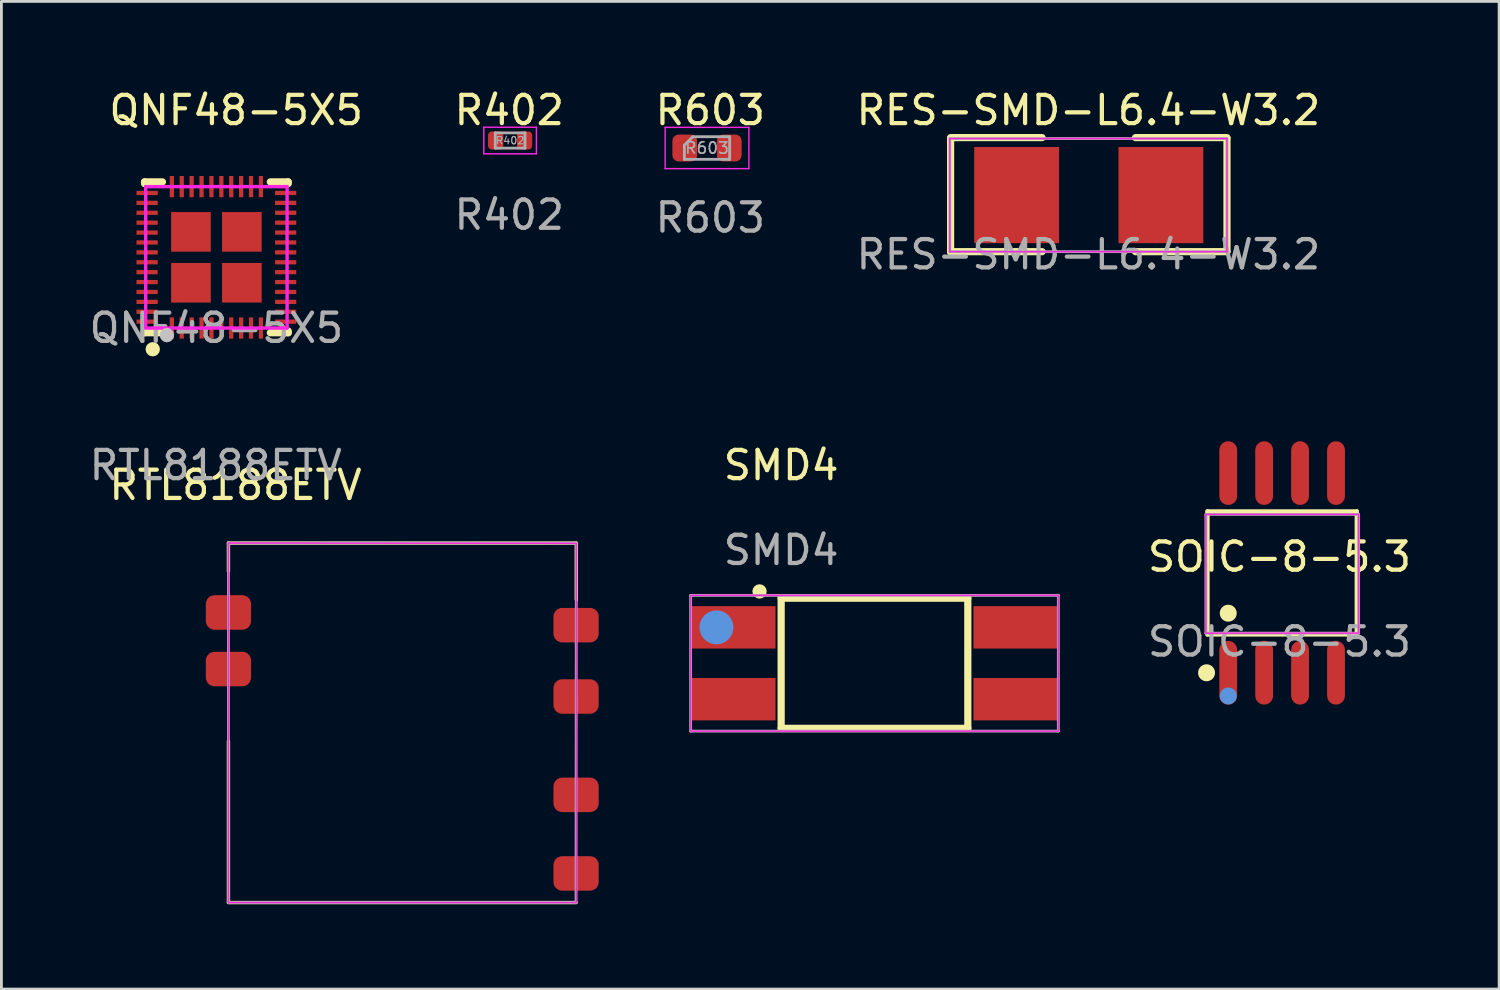
<source format=kicad_pcb>
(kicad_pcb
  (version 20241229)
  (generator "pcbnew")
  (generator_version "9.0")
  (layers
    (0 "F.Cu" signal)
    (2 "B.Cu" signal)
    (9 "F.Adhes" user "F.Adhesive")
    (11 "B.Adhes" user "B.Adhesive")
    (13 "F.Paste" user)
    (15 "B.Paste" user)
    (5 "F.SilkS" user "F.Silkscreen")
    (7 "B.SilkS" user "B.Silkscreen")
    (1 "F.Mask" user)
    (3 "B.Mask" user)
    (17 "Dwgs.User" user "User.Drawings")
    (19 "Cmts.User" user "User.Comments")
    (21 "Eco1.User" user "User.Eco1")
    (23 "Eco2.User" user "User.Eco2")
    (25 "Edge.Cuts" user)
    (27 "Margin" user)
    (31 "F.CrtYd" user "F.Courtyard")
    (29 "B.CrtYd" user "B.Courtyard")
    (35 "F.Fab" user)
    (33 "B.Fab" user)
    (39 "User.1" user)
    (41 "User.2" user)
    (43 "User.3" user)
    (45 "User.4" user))
  (footprint "R402"
    (layer "F.Cu")
    (at 14.956 2.048)
    (property "Reference" "R402" (at 0 -1.2 0) (unlocked yes) (layer "F.SilkS") (effects (font (size 1 1) (thickness 0.15))))
    (fp_line (start -0.9 -0.6) (end 0.96 -0.6) (stroke (width 0.05) (type solid)) (layer "F.CrtYd"))
    (fp_line (start -0.9 0.34) (end -0.9 -0.6) (stroke (width 0.05) (type solid)) (layer "F.CrtYd"))
    (fp_line (start 0.96 -0.6) (end 0.96 0.34) (stroke (width 0.05) (type solid)) (layer "F.CrtYd"))
    (fp_line (start 0.96 0.34) (end -0.9 0.34) (stroke (width 0.05) (type solid)) (layer "F.CrtYd"))
    (fp_line (start -0.495 -0.4) (end 0.555 -0.4) (stroke (width 0.1) (type solid)) (layer "F.Fab"))
    (fp_line (start -0.495 0.14) (end -0.495 -0.4) (stroke (width 0.1) (type solid)) (layer "F.Fab"))
    (fp_line (start 0.555 -0.4) (end 0.555 0.14) (stroke (width 0.1) (type solid)) (layer "F.Fab"))
    (fp_line (start 0.555 0.14) (end -0.495 0.14) (stroke (width 0.1) (type solid)) (layer "F.Fab"))
    (fp_text user "${REFERENCE}" (at 0.03 -0.13 0) (layer "F.Fab") (effects (font (size 0.26 0.26) (thickness 0.04))))
    (fp_text user "${REFERENCE}" (at 0 2.5 0) (unlocked yes) (layer "F.Fab") (effects (font (size 1 1) (thickness 0.15))))
    (pad "1" smd roundrect (at -0.48 -0.13) (size 0.54 0.64) (layers "F.Cu" "F.Mask" "F.Paste") (roundrect_rratio 0.25))
    (pad "2" smd roundrect (at 0.54 -0.13) (size 0.54 0.64) (layers "F.Cu" "F.Mask" "F.Paste") (roundrect_rratio 0.25)))
  (footprint "QNF48-5X5"
    (layer "F.Cu")
    (at 4.601 6.048)
    (property "Reference" "QNF48-5X5" (at 0.7 -5.2 0) (unlocked yes) (layer "F.SilkS") (effects (font (size 1 1) (thickness 0.15))))
    (attr smd)
    (fp_line (start -2.54 -2.667) (end -2.54 -2.606) (stroke (width 0.254) (type solid)) (layer "F.SilkS"))
    (fp_line (start -2.54 2.606) (end -2.54 2.667) (stroke (width 0.254) (type solid)) (layer "F.SilkS"))
    (fp_line (start -2.54 2.667) (end -1.906 2.667) (stroke (width 0.254) (type solid)) (layer "F.SilkS"))
    (fp_line (start -1.906 -2.667) (end -2.54 -2.667) (stroke (width 0.254) (type solid)) (layer "F.SilkS"))
    (fp_line (start 1.906 2.667) (end 2.54 2.667) (stroke (width 0.254) (type solid)) (layer "F.SilkS"))
    (fp_line (start 2.54 -2.667) (end 1.906 -2.667) (stroke (width 0.254) (type solid)) (layer "F.SilkS"))
    (fp_line (start 2.54 -2.606) (end 2.54 -2.667) (stroke (width 0.254) (type solid)) (layer "F.SilkS"))
    (fp_line (start 2.54 2.667) (end 2.54 2.606) (stroke (width 0.254) (type solid)) (layer "F.SilkS"))
    (fp_circle (center -2.25 3.25) (end -2.123 3.25) (stroke (width 0.254) (type solid)) (fill no) (layer "F.SilkS"))
    (fp_circle (center -1.75 2.75) (end -1.623 2.75) (stroke (width 0.254) (type solid)) (fill no) (layer "Dwgs.User"))
    (fp_circle (center -2.5 2.5) (end -2.47 2.5) (stroke (width 0.06) (type solid)) (fill no) (layer "Eco2.User"))
    (fp_line (start -2.5 -2.5) (end 2.5 -2.5) (stroke (width 0.12) (type solid)) (layer "F.CrtYd"))
    (fp_line (start -2.5 2.5) (end -2.5 -2.5) (stroke (width 0.12) (type solid)) (layer "F.CrtYd"))
    (fp_line (start 2.5 -2.5) (end 2.5 2.5) (stroke (width 0.12) (type solid)) (layer "F.CrtYd"))
    (fp_line (start 2.5 2.5) (end -2.5 2.5) (stroke (width 0.12) (type solid)) (layer "F.CrtYd"))
    (fp_text user "${REFERENCE}" (at 0 2.5 0) (unlocked yes) (layer "F.Fab") (effects (font (size 1 1) (thickness 0.15))))
    (pad "1" smd rect (at -1.575 2.5) (size 0.15 0.75) (layers "F.Cu" "F.Mask" "F.Paste"))
    (pad "2" smd rect (at -1.225 2.5) (size 0.15 0.75) (layers "F.Cu" "F.Mask" "F.Paste"))
    (pad "3" smd rect (at -0.875 2.5) (size 0.15 0.75) (layers "F.Cu" "F.Mask" "F.Paste"))
    (pad "4" smd rect (at -0.525 2.5) (size 0.15 0.75) (layers "F.Cu" "F.Mask" "F.Paste"))
    (pad "5" smd rect (at -0.175 2.5) (size 0.15 0.75) (layers "F.Cu" "F.Mask" "F.Paste"))
    (pad "6" smd rect (at 0.175 2.5) (size 0.15 0.75) (layers "F.Cu" "F.Mask" "F.Paste"))
    (pad "7" smd rect (at 0.525 2.5) (size 0.15 0.75) (layers "F.Cu" "F.Mask" "F.Paste"))
    (pad "8" smd rect (at 0.875 2.5) (size 0.15 0.75) (layers "F.Cu" "F.Mask" "F.Paste"))
    (pad "9" smd rect (at 1.225 2.5) (size 0.15 0.75) (layers "F.Cu" "F.Mask" "F.Paste"))
    (pad "10" smd rect (at 1.575 2.5) (size 0.15 0.75) (layers "F.Cu" "F.Mask" "F.Paste"))
    (pad "11" smd rect (at 2.45 2.275) (size 0.75 0.15) (layers "F.Cu" "F.Mask" "F.Paste"))
    (pad "12" smd rect (at 2.45 1.925) (size 0.75 0.15) (layers "F.Cu" "F.Mask" "F.Paste"))
    (pad "13" smd rect (at 2.45 1.575) (size 0.75 0.15) (layers "F.Cu" "F.Mask" "F.Paste"))
    (pad "14" smd rect (at 2.45 1.225) (size 0.75 0.15) (layers "F.Cu" "F.Mask" "F.Paste"))
    (pad "15" smd rect (at 2.45 0.875) (size 0.75 0.15) (layers "F.Cu" "F.Mask" "F.Paste"))
    (pad "16" smd rect (at 2.45 0.525) (size 0.75 0.15) (layers "F.Cu" "F.Mask" "F.Paste"))
    (pad "17" smd rect (at 2.45 0.175) (size 0.75 0.15) (layers "F.Cu" "F.Mask" "F.Paste"))
    (pad "18" smd rect (at 2.45 -0.175) (size 0.75 0.15) (layers "F.Cu" "F.Mask" "F.Paste"))
    (pad "19" smd rect (at 2.45 -0.525) (size 0.75 0.15) (layers "F.Cu" "F.Mask" "F.Paste"))
    (pad "20" smd rect (at 2.45 -0.875) (size 0.75 0.15) (layers "F.Cu" "F.Mask" "F.Paste"))
    (pad "21" smd rect (at 2.45 -1.225) (size 0.75 0.15) (layers "F.Cu" "F.Mask" "F.Paste"))
    (pad "22" smd rect (at 2.45 -1.575) (size 0.75 0.15) (layers "F.Cu" "F.Mask" "F.Paste"))
    (pad "23" smd rect (at 2.45 -1.925) (size 0.75 0.15) (layers "F.Cu" "F.Mask" "F.Paste"))
    (pad "24" smd rect (at 2.45 -2.275) (size 0.75 0.15) (layers "F.Cu" "F.Mask" "F.Paste"))
    (pad "25" smd rect (at 1.575 -2.5) (size 0.15 0.75) (layers "F.Cu" "F.Mask" "F.Paste"))
    (pad "26" smd rect (at 1.225 -2.5) (size 0.15 0.75) (layers "F.Cu" "F.Mask" "F.Paste"))
    (pad "27" smd rect (at 0.875 -2.5) (size 0.15 0.75) (layers "F.Cu" "F.Mask" "F.Paste"))
    (pad "28" smd rect (at 0.525 -2.5) (size 0.15 0.75) (layers "F.Cu" "F.Mask" "F.Paste"))
    (pad "29" smd rect (at 0.175 -2.5) (size 0.15 0.75) (layers "F.Cu" "F.Mask" "F.Paste"))
    (pad "30" smd rect (at -0.175 -2.5) (size 0.15 0.75) (layers "F.Cu" "F.Mask" "F.Paste"))
    (pad "31" smd rect (at -0.525 -2.5) (size 0.15 0.75) (layers "F.Cu" "F.Mask" "F.Paste"))
    (pad "32" smd rect (at -0.875 -2.5) (size 0.15 0.75) (layers "F.Cu" "F.Mask" "F.Paste"))
    (pad "33" smd rect (at -1.225 -2.5) (size 0.15 0.75) (layers "F.Cu" "F.Mask" "F.Paste"))
    (pad "34" smd rect (at -1.575 -2.5) (size 0.15 0.75) (layers "F.Cu" "F.Mask" "F.Paste"))
    (pad "35" smd rect (at -2.45 -2.275) (size 0.75 0.15) (layers "F.Cu" "F.Mask" "F.Paste"))
    (pad "36" smd rect (at -2.45 -1.925) (size 0.75 0.15) (layers "F.Cu" "F.Mask" "F.Paste"))
    (pad "37" smd rect (at -2.45 -1.575) (size 0.75 0.15) (layers "F.Cu" "F.Mask" "F.Paste"))
    (pad "38" smd rect (at -2.45 -1.225) (size 0.75 0.15) (layers "F.Cu" "F.Mask" "F.Paste"))
    (pad "39" smd rect (at -2.45 -0.875) (size 0.75 0.15) (layers "F.Cu" "F.Mask" "F.Paste"))
    (pad "40" smd rect (at -2.45 -0.525) (size 0.75 0.15) (layers "F.Cu" "F.Mask" "F.Paste"))
    (pad "41" smd rect (at -2.45 -0.175) (size 0.75 0.15) (layers "F.Cu" "F.Mask" "F.Paste"))
    (pad "42" smd rect (at -2.45 0.175) (size 0.75 0.15) (layers "F.Cu" "F.Mask" "F.Paste"))
    (pad "43" smd rect (at -2.45 0.525) (size 0.75 0.15) (layers "F.Cu" "F.Mask" "F.Paste"))
    (pad "44" smd rect (at -2.45 0.875) (size 0.75 0.15) (layers "F.Cu" "F.Mask" "F.Paste"))
    (pad "45" smd rect (at -2.45 1.225) (size 0.75 0.15) (layers "F.Cu" "F.Mask" "F.Paste"))
    (pad "46" smd rect (at -2.45 1.575) (size 0.75 0.15) (layers "F.Cu" "F.Mask" "F.Paste"))
    (pad "47" smd rect (at -2.45 1.925) (size 0.75 0.15) (layers "F.Cu" "F.Mask" "F.Paste"))
    (pad "48" smd rect (at -2.45 2.275) (size 0.75 0.15) (layers "F.Cu" "F.Mask" "F.Paste"))
    (pad "49" smd rect (at -0.9 -0.9 180) (size 1.4 1.4) (layers "F.Cu" "F.Mask" "F.Paste"))
    (pad "49" smd rect (at -0.9 0.9 180) (size 1.4 1.4) (layers "F.Cu" "F.Mask" "F.Paste"))
    (pad "49" smd rect (at 0.9 -0.9 180) (size 1.4 1.4) (layers "F.Cu" "F.Mask" "F.Paste"))
    (pad "49" smd rect (at 0.9 0.9 180) (size 1.4 1.4) (layers "F.Cu" "F.Mask" "F.Paste")))
  (footprint "SOIC-8-5.3"
    (layer "F.Cu")
    (at 42.187 17.137)
    (property "Reference" "SOIC-8-5.3" (at 0 -0.5 0) (unlocked yes) (layer "F.SilkS") (effects (font (size 1 1) (thickness 0.15))))
    (attr smd)
    (fp_line (start -2.544 -2.106) (end 2.734 -2.106) (stroke (width 0.152) (type solid)) (layer "F.SilkS"))
    (fp_line (start -2.544 2.246) (end -2.544 -2.106) (stroke (width 0.152) (type solid)) (layer "F.SilkS"))
    (fp_line (start 2.734 -2.106) (end 2.734 2.246) (stroke (width 0.152) (type solid)) (layer "F.SilkS"))
    (fp_line (start 2.734 2.246) (end -2.544 2.246) (stroke (width 0.152) (type solid)) (layer "F.SilkS"))
    (fp_circle (center -2.577 3.6) (end -2.577 3.75) (stroke (width 0.3) (type solid)) (fill no) (layer "F.SilkS"))
    (fp_circle (center -1.81 1.494) (end -1.81 1.644) (stroke (width 0.3) (type solid)) (fill no) (layer "F.SilkS"))
    (fp_circle (center -1.81 4.42) (end -1.81 4.57) (stroke (width 0.3) (type solid)) (fill no) (layer "Cmts.User"))
    (fp_line (start -2.6 -2) (end 2.6 -2) (stroke (width 0.05) (type solid)) (layer "F.CrtYd"))
    (fp_line (start -2.6 2.2) (end -2.6 -2) (stroke (width 0.05) (type solid)) (layer "F.CrtYd"))
    (fp_line (start 2.6 -2) (end 2.8 -2) (stroke (width 0.05) (type solid)) (layer "F.CrtYd"))
    (fp_line (start 2.6 2.2) (end -2.6 2.2) (stroke (width 0.05) (type solid)) (layer "F.CrtYd"))
    (fp_line (start 2.6 2.2) (end 2.8 2.2) (stroke (width 0.05) (type solid)) (layer "F.CrtYd"))
    (fp_line (start 2.8 -2) (end 2.8 2.2) (stroke (width 0.05) (type solid)) (layer "F.CrtYd"))
    (fp_line (start -2.6 -2) (end -2.6 2.2) (stroke (width 0.1) (type solid)) (layer "F.Fab"))
    (fp_line (start -2.6 2.2) (end 2.8 2.2) (stroke (width 0.1) (type solid)) (layer "F.Fab"))
    (fp_line (start 2.8 -2) (end -2.6 -2) (stroke (width 0.1) (type solid)) (layer "F.Fab"))
    (fp_line (start 2.8 2.2) (end 2.8 -2) (stroke (width 0.1) (type solid)) (layer "F.Fab"))
    (fp_text user "${REFERENCE}" (at 0 2.5 0) (unlocked yes) (layer "F.Fab") (effects (font (size 1 1) (thickness 0.15))))
    (pad "1" smd oval (at -1.81 3.6) (size 0.63 2.25) (layers "F.Cu" "F.Mask" "F.Paste"))
    (pad "2" smd oval (at -0.54 3.6) (size 0.63 2.25) (layers "F.Cu" "F.Mask" "F.Paste"))
    (pad "3" smd oval (at 0.73 3.6) (size 0.63 2.25) (layers "F.Cu" "F.Mask" "F.Paste"))
    (pad "4" smd oval (at 2 3.6) (size 0.63 2.25) (layers "F.Cu" "F.Mask" "F.Paste"))
    (pad "5" smd oval (at 2 -3.46) (size 0.63 2.25) (layers "F.Cu" "F.Mask" "F.Paste"))
    (pad "6" smd oval (at 0.73 -3.46) (size 0.63 2.25) (layers "F.Cu" "F.Mask" "F.Paste"))
    (pad "7" smd oval (at -0.54 -3.46) (size 0.63 2.25) (layers "F.Cu" "F.Mask" "F.Paste"))
    (pad "8" smd oval (at -1.81 -3.46) (size 0.63 2.25) (layers "F.Cu" "F.Mask" "F.Paste")))
  (footprint "RTL8188ETV"
    (layer "F.Cu")
    (at 5.027 16.151)
    (property "Reference" "RTL8188ETV" (at 0.25 -2.05 0) (unlocked yes) (layer "F.SilkS") (effects (font (size 1 1) (thickness 0.15))))
    (attr smd)
    (fp_line (start 0 0) (end 0 1) (stroke (width 0.12) (type solid)) (layer "F.SilkS"))
    (fp_line (start 0 0) (end 12.292 0) (stroke (width 0.12) (type solid)) (layer "F.SilkS"))
    (fp_line (start 0 12.703) (end 0 7) (stroke (width 0.12) (type solid)) (layer "F.SilkS"))
    (fp_line (start 0 12.71) (end 12.292 12.71) (stroke (width 0.12) (type solid)) (layer "F.SilkS"))
    (fp_line (start 12.3 0) (end 12.3 2) (stroke (width 0.12) (type solid)) (layer "F.SilkS"))
    (fp_line (start 0 0) (end 12.3 0.01) (stroke (width 0.05) (type solid)) (layer "F.CrtYd"))
    (fp_line (start 0 12.71) (end 0 0) (stroke (width 0.05) (type solid)) (layer "F.CrtYd"))
    (fp_line (start 12.3 0.01) (end 12.3 12.71) (stroke (width 0.05) (type solid)) (layer "F.CrtYd"))
    (fp_line (start 12.3 12.71) (end 0 12.71) (stroke (width 0.05) (type solid)) (layer "F.CrtYd"))
    (fp_line (start 0 0) (end 12.3 0) (stroke (width 0.1) (type solid)) (layer "F.Fab"))
    (fp_line (start 0 12.71) (end 0 0) (stroke (width 0.1) (type solid)) (layer "F.Fab"))
    (fp_line (start 12.29 12.71) (end 0 12.71) (stroke (width 0.1) (type solid)) (layer "F.Fab"))
    (fp_line (start 12.3 0) (end 12.29 12.71) (stroke (width 0.1) (type solid)) (layer "F.Fab"))
    (fp_text user "${REFERENCE}" (at -0.45 -2.75 0) (unlocked yes) (layer "F.Fab") (effects (font (size 1 1) (thickness 0.15))))
    (pad "1" smd roundrect (at 12.292 11.681) (size 1.6 1.22) (layers "F.Cu" "F.Mask" "F.Paste") (roundrect_rratio 0.25))
    (pad "2" smd roundrect (at 12.292 8.903) (size 1.6 1.22) (layers "F.Cu" "F.Mask" "F.Paste") (roundrect_rratio 0.25))
    (pad "3" smd roundrect (at 12.292 5.425) (size 1.6 1.22) (layers "F.Cu" "F.Mask" "F.Paste") (roundrect_rratio 0.25))
    (pad "4" smd roundrect (at 12.292 2.903) (size 1.6 1.22) (layers "F.Cu" "F.Mask" "F.Paste") (roundrect_rratio 0.25))
    (pad "5" smd roundrect (at 0 2.454) (size 1.6 1.22) (layers "F.Cu" "F.Mask" "F.Paste") (roundrect_rratio 0.25))
    (pad "6" smd roundrect (at 0 4.454) (size 1.6 1.22) (layers "F.Cu" "F.Mask" "F.Paste") (roundrect_rratio 0.25)))
  (footprint "RES-SMD-L6.4-W3.2"
    (layer "F.Cu")
    (at 35.432 3.448)
    (property "Reference" "RES-SMD-L6.4-W3.2" (at 0 -2.6 0) (unlocked yes) (layer "F.SilkS") (effects (font (size 1 1) (thickness 0.15))))
    (attr smd)
    (fp_line (start -4.872 -1.6) (end -4.872 2.4) (stroke (width 0.254) (type solid)) (layer "F.SilkS"))
    (fp_line (start -4.872 2.4) (end -1.637 2.4) (stroke (width 0.254) (type solid)) (layer "F.SilkS"))
    (fp_line (start -1.637 -1.632) (end -4.872 -1.632) (stroke (width 0.254) (type solid)) (layer "F.SilkS"))
    (fp_line (start 1.665 -1.632) (end 4.9 -1.632) (stroke (width 0.254) (type solid)) (layer "F.SilkS"))
    (fp_line (start 1.665 2.4) (end 4.9 2.4) (stroke (width 0.254) (type solid)) (layer "F.SilkS"))
    (fp_line (start 4.9 -1.6) (end 4.9 2.4) (stroke (width 0.254) (type solid)) (layer "F.SilkS"))
    (fp_line (start -4.9 -1.6) (end -4.8 -1.6) (stroke (width 0.05) (type solid)) (layer "F.CrtYd"))
    (fp_line (start -4.9 2.4) (end -4.9 -1.6) (stroke (width 0.05) (type solid)) (layer "F.CrtYd"))
    (fp_line (start -4.8 -1.6) (end 4.9 -1.6) (stroke (width 0.05) (type solid)) (layer "F.CrtYd"))
    (fp_line (start 4.9 -1.6) (end 4.9 2.4) (stroke (width 0.05) (type solid)) (layer "F.CrtYd"))
    (fp_line (start 4.9 2.4) (end -4.9 2.4) (stroke (width 0.05) (type solid)) (layer "F.CrtYd"))
    (fp_line (start -4.9 -1.6) (end 4.9 -1.6) (stroke (width 0.1) (type solid)) (layer "F.Fab"))
    (fp_line (start -4.9 2.4) (end -4.9 -1.6) (stroke (width 0.1) (type solid)) (layer "F.Fab"))
    (fp_line (start 4.9 -1.6) (end 4.9 2.4) (stroke (width 0.1) (type solid)) (layer "F.Fab"))
    (fp_line (start 4.9 2.4) (end -4.9 2.4) (stroke (width 0.1) (type solid)) (layer "F.Fab"))
    (fp_text user "${REFERENCE}" (at 0 2.5 0) (unlocked yes) (layer "F.Fab") (effects (font (size 1 1) (thickness 0.15))))
    (pad "1" smd rect (at -2.536 0.4) (size 3 3.4) (layers "F.Cu" "F.Mask" "F.Paste"))
    (pad "2" smd rect (at 2.564 0.4) (size 3 3.4) (layers "F.Cu" "F.Mask" "F.Paste")))
  (footprint "SMD4"
    (layer "F.Cu")
    (at 21.369 18.401)
    (property "Reference" "SMD4" (at 3.2 -5 0) (unlocked yes) (layer "F.SilkS") (effects (font (size 1 1) (thickness 0.15))))
    (attr smd)
    (fp_line (start 3.2 -0.3) (end 9.8 -0.3) (stroke (width 0.254) (type solid)) (layer "F.SilkS"))
    (fp_line (start 3.2 4.3) (end 3.2 -0.3) (stroke (width 0.254) (type solid)) (layer "F.SilkS"))
    (fp_line (start 9.8 -0.3) (end 9.8 4.3) (stroke (width 0.254) (type solid)) (layer "F.SilkS"))
    (fp_line (start 9.8 4.3) (end 3.2 4.3) (stroke (width 0.254) (type solid)) (layer "F.SilkS"))
    (fp_circle (center 2.436 -0.54) (end 2.436 -0.413) (stroke (width 0.254) (type solid)) (fill no) (layer "F.SilkS"))
    (fp_circle (center 0.912 0.73) (end 0.912 1.03) (stroke (width 0.6) (type solid)) (fill no) (layer "Cmts.User"))
    (fp_line (start 0 -0.4) (end 0 4.4) (stroke (width 0.05) (type solid)) (layer "F.CrtYd"))
    (fp_line (start 0 4.4) (end 13 4.4) (stroke (width 0.05) (type solid)) (layer "F.CrtYd"))
    (fp_line (start 3.2 -0.4) (end 0 -0.4) (stroke (width 0.05) (type solid)) (layer "F.CrtYd"))
    (fp_line (start 3.2 -0.4) (end 13 -0.4) (stroke (width 0.05) (type solid)) (layer "F.CrtYd"))
    (fp_line (start 13 4.4) (end 13 -0.4) (stroke (width 0.05) (type solid)) (layer "F.CrtYd"))
    (fp_line (start 0 -0.4) (end 0 4.4) (stroke (width 0.1) (type solid)) (layer "F.Fab"))
    (fp_line (start 0 4.4) (end 13 4.4) (stroke (width 0.1) (type solid)) (layer "F.Fab"))
    (fp_line (start 13 -0.4) (end 0 -0.4) (stroke (width 0.1) (type solid)) (layer "F.Fab"))
    (fp_line (start 13 4.4) (end 13 -0.4) (stroke (width 0.1) (type solid)) (layer "F.Fab"))
    (fp_text user "${REFERENCE}" (at 3.2 -2 0) (unlocked yes) (layer "F.Fab") (effects (font (size 1 1) (thickness 0.15))))
    (pad "1" smd rect (at 1.5 0.73 90) (size 1.5 3) (layers "F.Cu" "F.Mask" "F.Paste"))
    (pad "2" smd rect (at 1.5 3.27 90) (size 1.5 3) (layers "F.Cu" "F.Mask" "F.Paste"))
    (pad "3" smd rect (at 11.5 3.27 90) (size 1.5 3) (layers "F.Cu" "F.Mask" "F.Paste"))
    (pad "4" smd rect (at 11.5 0.73 90) (size 1.5 3) (layers "F.Cu" "F.Mask" "F.Paste")))
  (footprint "R603"
    (layer "F.Cu")
    (at 22.063 2.148)
    (property "Reference" "R603" (at 0 -1.3 0) (unlocked yes) (layer "F.SilkS") (effects (font (size 1 1) (thickness 0.15))))
    (fp_line (start -1.595 -0.695) (end 1.365 -0.695) (stroke (width 0.05) (type solid)) (layer "F.CrtYd"))
    (fp_line (start -1.595 0.765) (end -1.595 -0.695) (stroke (width 0.05) (type solid)) (layer "F.CrtYd"))
    (fp_line (start 1.365 -0.695) (end 1.365 0.765) (stroke (width 0.05) (type solid)) (layer "F.CrtYd"))
    (fp_line (start 1.365 0.765) (end -1.595 0.765) (stroke (width 0.05) (type solid)) (layer "F.CrtYd"))
    (fp_line (start -0.915 -0.065) (end -0.915 0.435) (stroke (width 0.1) (type solid)) (layer "F.Fab"))
    (fp_line (start -0.915 0.435) (end 0.685 0.435) (stroke (width 0.1) (type solid)) (layer "F.Fab"))
    (fp_line (start -0.615 -0.365) (end -0.915 -0.065) (stroke (width 0.1) (type solid)) (layer "F.Fab"))
    (fp_line (start 0.685 -0.365) (end -0.615 -0.365) (stroke (width 0.1) (type solid)) (layer "F.Fab"))
    (fp_line (start 0.685 0.435) (end 0.685 -0.365) (stroke (width 0.1) (type solid)) (layer "F.Fab"))
    (fp_text user "${REFERENCE}" (at -0.115 0.035 0) (layer "F.Fab") (effects (font (size 0.4 0.4) (thickness 0.06))))
    (fp_text user "${REFERENCE}" (at 0 2.5 0) (unlocked yes) (layer "F.Fab") (effects (font (size 1 1) (thickness 0.15))))
    (pad "1" smd roundrect (at -0.902 0.035) (size 0.875 0.95) (layers "F.Cu" "F.Mask" "F.Paste") (roundrect_rratio 0.25))
    (pad "2" smd roundrect (at 0.672 0.035) (size 0.875 0.95) (layers "F.Cu" "F.Mask" "F.Paste") (roundrect_rratio 0.25)))
  (gr_rect
    (start -3 -3)
    (end 49.955 31.921)
    (stroke (width 0.1) (type default))
    (fill no)
    (layer "Edge.Cuts")))
</source>
